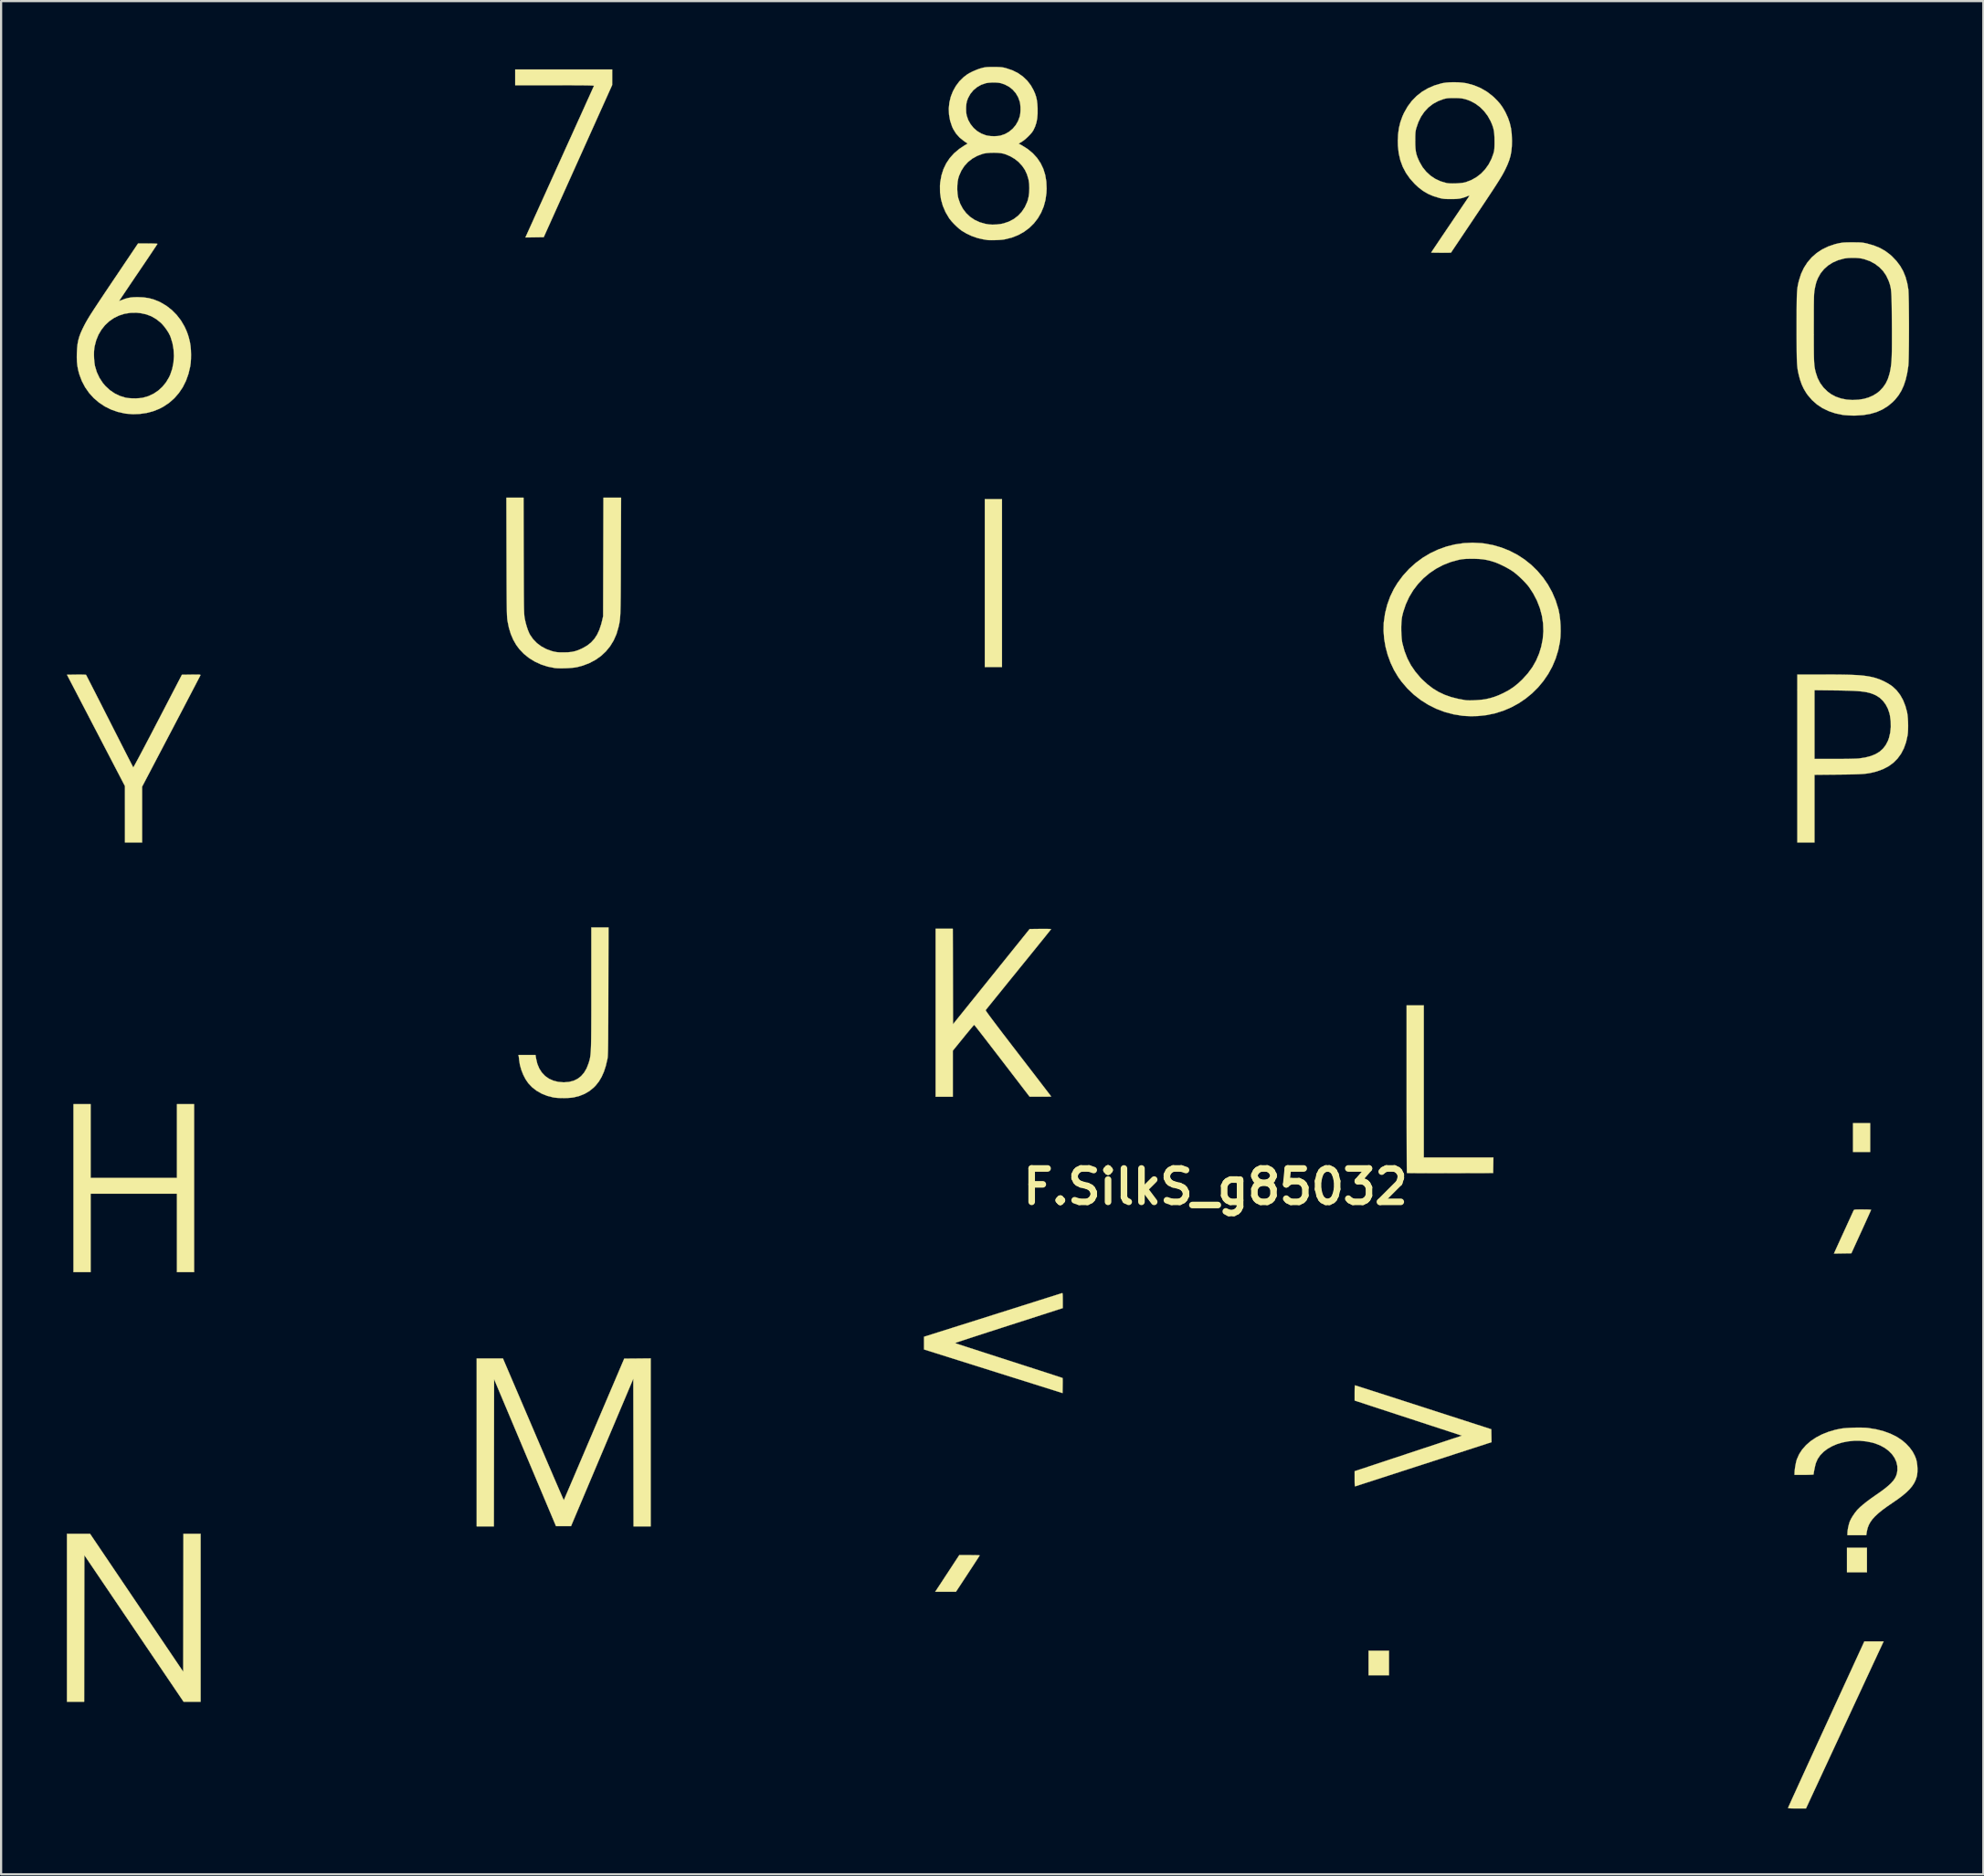
<source format=kicad_pcb>
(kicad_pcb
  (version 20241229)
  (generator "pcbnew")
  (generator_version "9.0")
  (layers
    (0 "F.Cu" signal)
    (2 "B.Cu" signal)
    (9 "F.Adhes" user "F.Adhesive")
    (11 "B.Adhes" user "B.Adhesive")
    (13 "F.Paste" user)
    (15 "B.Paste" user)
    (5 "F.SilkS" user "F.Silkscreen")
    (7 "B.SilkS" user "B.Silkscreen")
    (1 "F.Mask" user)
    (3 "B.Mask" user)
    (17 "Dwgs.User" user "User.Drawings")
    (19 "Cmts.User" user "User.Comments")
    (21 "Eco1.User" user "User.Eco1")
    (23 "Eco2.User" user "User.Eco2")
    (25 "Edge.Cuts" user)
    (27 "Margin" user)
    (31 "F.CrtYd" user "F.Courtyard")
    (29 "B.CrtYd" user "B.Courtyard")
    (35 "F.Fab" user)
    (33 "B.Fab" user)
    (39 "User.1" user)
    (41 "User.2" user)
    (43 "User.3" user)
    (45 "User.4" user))
  (footprint "F.SilkS_g85032"
    (layer "F.Cu")
    (at 52.392 51.089)
    (property "Reference" "F.SilkS_g85032" (at 0 0 0) (layer "F.SilkS") (effects (font (size 1.524 1.524) (thickness 0.3))))
    (attr through_hole)
    (fp_poly (pts (xy -9.737 -23.707) (xy -10.52 -23.707) (xy -10.52 -31.369) (xy -9.737 -31.369) (xy -9.737 -23.707)) (stroke (width 0.01) (type solid)) (fill yes) (layer "F.SilkS"))
    (fp_poly (pts (xy 7.916 22.288) (xy 6.985 22.288) (xy 6.985 21.167) (xy 7.916 21.167) (xy 7.916 22.288)) (stroke (width 0.01) (type solid)) (fill yes) (layer "F.SilkS"))
    (fp_poly (pts (xy 29.718 17.59) (xy 28.808 17.59) (xy 28.808 16.468) (xy 29.718 16.468) (xy 29.718 17.59)) (stroke (width 0.01) (type solid)) (fill yes) (layer "F.SilkS"))
    (fp_poly (pts (xy 29.866 -1.587) (xy 29.083 -1.587) (xy 29.083 -2.9) (xy 29.866 -2.9) (xy 29.866 -1.587)) (stroke (width 0.01) (type solid)) (fill yes) (layer "F.SilkS"))
    (fp_poly (pts (xy -51.308 -0.402) (xy -47.371 -0.402) (xy -47.371 -3.768) (xy -46.588 -3.768) (xy -46.588 3.895) (xy -47.371 3.895) (xy -47.371 0.318) (xy -51.308 0.318) (xy -51.308 3.895) (xy -52.091 3.895) (xy -52.091 -3.768) (xy -51.308 -3.768) (xy -51.308 -0.402)) (stroke (width 0.01) (type solid)) (fill yes) (layer "F.SilkS"))
    (fp_poly (pts (xy -49.21 18.978) (xy -47.085 22.124) (xy -47.075 15.833) (xy -46.291 15.833) (xy -46.291 23.495) (xy -47.068 23.495) (xy -49.331 20.152) (xy -51.594 16.808) (xy -51.599 20.152) (xy -51.604 23.495) (xy -52.388 23.495) (xy -52.388 15.833) (xy -51.334 15.833) (xy -49.21 18.978)) (stroke (width 0.01) (type solid)) (fill yes) (layer "F.SilkS"))
    (fp_poly (pts (xy -11.084 16.807) (xy -10.964 16.808) (xy -10.865 16.81) (xy -10.794 16.813) (xy -10.757 16.816) (xy -10.753 16.817) (xy -10.764 16.837) (xy -10.796 16.888) (xy -10.847 16.968) (xy -10.915 17.072) (xy -10.996 17.197) (xy -11.09 17.341) (xy -11.193 17.498) (xy -11.295 17.654) (xy -11.837 18.479) (xy -12.783 18.479) (xy -12.473 18.008) (xy -12.373 17.855) (xy -12.265 17.69) (xy -12.155 17.523) (xy -12.051 17.364) (xy -11.96 17.225) (xy -11.925 17.171) (xy -11.685 16.806) (xy -11.219 16.806) (xy -11.084 16.807)) (stroke (width 0.01) (type solid)) (fill yes) (layer "F.SilkS"))
    (fp_poly (pts (xy 9.504 -1.333) (xy 12.68 -1.333) (xy 12.674 -0.979) (xy 12.668 -0.624) (xy 10.709 -0.619) (xy 10.424 -0.618) (xy 10.152 -0.618) (xy 9.895 -0.618) (xy 9.656 -0.618) (xy 9.437 -0.619) (xy 9.243 -0.62) (xy 9.076 -0.621) (xy 8.939 -0.622) (xy 8.834 -0.624) (xy 8.766 -0.626) (xy 8.736 -0.627) (xy 8.735 -0.628) (xy 8.733 -0.65) (xy 8.732 -0.713) (xy 8.731 -0.813) (xy 8.729 -0.95) (xy 8.728 -1.12) (xy 8.727 -1.323) (xy 8.726 -1.554) (xy 8.725 -1.814) (xy 8.724 -2.098) (xy 8.723 -2.406) (xy 8.722 -2.735) (xy 8.722 -3.083) (xy 8.721 -3.448) (xy 8.721 -3.828) (xy 8.721 -4.22) (xy 8.721 -4.459) (xy 8.721 -8.276) (xy 9.504 -8.276) (xy 9.504 -1.333)) (stroke (width 0.01) (type solid)) (fill yes) (layer "F.SilkS"))
    (fp_poly (pts (xy 29.643 1.038) (xy 29.75 1.04) (xy 29.834 1.044) (xy 29.889 1.048) (xy 29.908 1.053) (xy 29.899 1.075) (xy 29.874 1.131) (xy 29.835 1.219) (xy 29.784 1.334) (xy 29.721 1.473) (xy 29.649 1.632) (xy 29.569 1.808) (xy 29.484 1.996) (xy 29.457 2.053) (xy 29.008 3.037) (xy 28.611 3.043) (xy 28.214 3.049) (xy 28.244 2.98) (xy 28.257 2.95) (xy 28.286 2.887) (xy 28.328 2.795) (xy 28.381 2.678) (xy 28.443 2.542) (xy 28.512 2.39) (xy 28.586 2.229) (xy 28.663 2.061) (xy 28.74 1.893) (xy 28.815 1.729) (xy 28.886 1.572) (xy 28.952 1.43) (xy 29.009 1.305) (xy 29.056 1.202) (xy 29.09 1.127) (xy 29.11 1.085) (xy 29.119 1.068) (xy 29.133 1.056) (xy 29.156 1.047) (xy 29.197 1.042) (xy 29.259 1.039) (xy 29.35 1.037) (xy 29.476 1.037) (xy 29.52 1.037) (xy 29.643 1.038)) (stroke (width 0.01) (type solid)) (fill yes) (layer "F.SilkS"))
    (fp_poly (pts (xy 30.452 20.802) (xy 30.44 20.826) (xy 30.411 20.888) (xy 30.367 20.984) (xy 30.307 21.112) (xy 30.232 21.272) (xy 30.145 21.461) (xy 30.044 21.676) (xy 29.932 21.917) (xy 29.809 22.182) (xy 29.676 22.468) (xy 29.534 22.773) (xy 29.384 23.097) (xy 29.226 23.436) (xy 29.062 23.789) (xy 28.893 24.154) (xy 28.718 24.53) (xy 28.68 24.612) (xy 26.938 28.363) (xy 26.529 28.363) (xy 26.376 28.363) (xy 26.262 28.36) (xy 26.183 28.356) (xy 26.137 28.349) (xy 26.12 28.34) (xy 26.12 28.339) (xy 26.128 28.317) (xy 26.154 28.259) (xy 26.196 28.166) (xy 26.252 28.041) (xy 26.323 27.884) (xy 26.408 27.698) (xy 26.505 27.485) (xy 26.614 27.246) (xy 26.734 26.984) (xy 26.864 26.699) (xy 27.003 26.395) (xy 27.151 26.073) (xy 27.306 25.734) (xy 27.468 25.381) (xy 27.636 25.016) (xy 27.809 24.64) (xy 27.86 24.529) (xy 29.6 20.743) (xy 30.481 20.743) (xy 30.452 20.802)) (stroke (width 0.01) (type solid)) (fill yes) (layer "F.SilkS"))
    (fp_poly (pts (xy -25.76 15.494) (xy -26.543 15.494) (xy -26.548 12.127) (xy -26.554 8.759) (xy -29.394 15.483) (xy -30.081 15.483) (xy -32.904 8.78) (xy -32.909 12.137) (xy -32.914 15.494) (xy -33.697 15.494) (xy -33.697 7.832) (xy -32.501 7.832) (xy -31.116 11.07) (xy -30.966 11.422) (xy -30.82 11.763) (xy -30.679 12.091) (xy -30.545 12.405) (xy -30.418 12.701) (xy -30.298 12.979) (xy -30.188 13.236) (xy -30.087 13.47) (xy -29.996 13.68) (xy -29.918 13.862) (xy -29.851 14.016) (xy -29.797 14.139) (xy -29.758 14.228) (xy -29.733 14.283) (xy -29.725 14.301) (xy -29.716 14.281) (xy -29.691 14.224) (xy -29.651 14.133) (xy -29.598 14.008) (xy -29.531 13.852) (xy -29.452 13.668) (xy -29.362 13.457) (xy -29.261 13.222) (xy -29.151 12.963) (xy -29.032 12.684) (xy -28.905 12.386) (xy -28.771 12.072) (xy -28.631 11.743) (xy -28.485 11.402) (xy -28.343 11.068) (xy -26.968 7.842) (xy -26.364 7.837) (xy -25.76 7.831) (xy -25.76 15.494)) (stroke (width 0.01) (type solid)) (fill yes) (layer "F.SilkS"))
    (fp_poly (pts (xy -27.517 -50.615) (xy -27.518 -50.26) (xy -30.64 -43.318) (xy -31.057 -43.312) (xy -31.474 -43.306) (xy -31.435 -43.397) (xy -31.422 -43.425) (xy -31.393 -43.49) (xy -31.348 -43.59) (xy -31.288 -43.722) (xy -31.214 -43.885) (xy -31.128 -44.076) (xy -31.03 -44.294) (xy -30.92 -44.536) (xy -30.801 -44.8) (xy -30.672 -45.084) (xy -30.535 -45.387) (xy -30.391 -45.706) (xy -30.24 -46.04) (xy -30.084 -46.385) (xy -29.923 -46.741) (xy -29.877 -46.842) (xy -29.716 -47.199) (xy -29.559 -47.546) (xy -29.407 -47.88) (xy -29.262 -48.201) (xy -29.125 -48.505) (xy -28.995 -48.791) (xy -28.875 -49.056) (xy -28.765 -49.3) (xy -28.666 -49.52) (xy -28.578 -49.713) (xy -28.503 -49.879) (xy -28.442 -50.014) (xy -28.396 -50.118) (xy -28.364 -50.187) (xy -28.349 -50.22) (xy -28.348 -50.223) (xy -28.354 -50.228) (xy -28.377 -50.232) (xy -28.419 -50.236) (xy -28.483 -50.239) (xy -28.571 -50.242) (xy -28.684 -50.244) (xy -28.826 -50.246) (xy -28.999 -50.247) (xy -29.204 -50.248) (xy -29.444 -50.249) (xy -29.722 -50.249) (xy -30.039 -50.25) (xy -30.139 -50.25) (xy -31.941 -50.25) (xy -31.941 -50.969) (xy -27.517 -50.969) (xy -27.517 -50.615)) (stroke (width 0.01) (type solid)) (fill yes) (layer "F.SilkS"))
    (fp_poly (pts (xy 6.387 9.066) (xy 6.447 9.085) (xy 6.543 9.115) (xy 6.672 9.157) (xy 6.833 9.208) (xy 7.023 9.269) (xy 7.24 9.339) (xy 7.483 9.417) (xy 7.748 9.502) (xy 8.033 9.594) (xy 8.337 9.692) (xy 8.658 9.796) (xy 8.992 9.904) (xy 9.338 10.015) (xy 9.483 10.062) (xy 12.584 11.064) (xy 12.589 11.359) (xy 12.595 11.653) (xy 9.499 12.657) (xy 9.149 12.77) (xy 8.809 12.88) (xy 8.483 12.986) (xy 8.172 13.087) (xy 7.878 13.182) (xy 7.604 13.271) (xy 7.352 13.353) (xy 7.123 13.427) (xy 6.921 13.492) (xy 6.747 13.548) (xy 6.604 13.595) (xy 6.494 13.631) (xy 6.419 13.655) (xy 6.381 13.668) (xy 6.376 13.669) (xy 6.366 13.663) (xy 6.359 13.634) (xy 6.354 13.578) (xy 6.351 13.49) (xy 6.35 13.364) (xy 6.35 13.327) (xy 6.35 12.977) (xy 8.796 12.166) (xy 11.242 11.356) (xy 9.701 10.852) (xy 9.425 10.761) (xy 9.139 10.668) (xy 8.848 10.572) (xy 8.557 10.477) (xy 8.275 10.385) (xy 8.005 10.296) (xy 7.754 10.214) (xy 7.529 10.141) (xy 7.335 10.077) (xy 7.255 10.051) (xy 6.35 9.754) (xy 6.35 9.407) (xy 6.351 9.291) (xy 6.353 9.191) (xy 6.357 9.115) (xy 6.362 9.07) (xy 6.366 9.06) (xy 6.387 9.066)) (stroke (width 0.01) (type solid)) (fill yes) (layer "F.SilkS"))
    (fp_poly (pts (xy -46.387 -23.364) (xy -46.338 -23.361) (xy -46.31 -23.356) (xy -46.299 -23.347) (xy -46.299 -23.336) (xy -46.301 -23.331) (xy -46.312 -23.308) (xy -46.342 -23.25) (xy -46.389 -23.159) (xy -46.453 -23.037) (xy -46.531 -22.886) (xy -46.624 -22.709) (xy -46.729 -22.507) (xy -46.846 -22.283) (xy -46.973 -22.04) (xy -47.109 -21.779) (xy -47.254 -21.502) (xy -47.406 -21.213) (xy -47.563 -20.912) (xy -47.637 -20.772) (xy -48.959 -18.251) (xy -48.959 -15.706) (xy -49.742 -15.706) (xy -49.742 -16.992) (xy -49.743 -18.277) (xy -52.387 -23.357) (xy -51.96 -23.363) (xy -51.83 -23.364) (xy -51.714 -23.363) (xy -51.619 -23.361) (xy -51.552 -23.358) (xy -51.52 -23.354) (xy -51.518 -23.353) (xy -51.506 -23.332) (xy -51.477 -23.276) (xy -51.431 -23.187) (xy -51.37 -23.067) (xy -51.294 -22.92) (xy -51.206 -22.747) (xy -51.105 -22.55) (xy -50.995 -22.333) (xy -50.875 -22.098) (xy -50.747 -21.846) (xy -50.613 -21.581) (xy -50.472 -21.305) (xy -50.44 -21.241) (xy -50.299 -20.962) (xy -50.163 -20.695) (xy -50.033 -20.44) (xy -49.912 -20.201) (xy -49.799 -19.979) (xy -49.696 -19.778) (xy -49.605 -19.599) (xy -49.526 -19.446) (xy -49.462 -19.32) (xy -49.412 -19.224) (xy -49.379 -19.16) (xy -49.364 -19.131) (xy -49.363 -19.129) (xy -49.351 -19.146) (xy -49.322 -19.197) (xy -49.275 -19.282) (xy -49.213 -19.397) (xy -49.136 -19.54) (xy -49.046 -19.709) (xy -48.944 -19.902) (xy -48.831 -20.116) (xy -48.709 -20.348) (xy -48.578 -20.597) (xy -48.441 -20.861) (xy -48.298 -21.136) (xy -48.246 -21.235) (xy -47.144 -23.357) (xy -46.715 -23.363) (xy -46.57 -23.365) (xy -46.463 -23.365) (xy -46.387 -23.364)) (stroke (width 0.01) (type solid)) (fill yes) (layer "F.SilkS"))
    (fp_poly (pts (xy -6.98 4.858) (xy -6.973 4.887) (xy -6.968 4.943) (xy -6.965 5.032) (xy -6.964 5.158) (xy -6.964 5.19) (xy -6.964 5.537) (xy -9.428 6.33) (xy -9.739 6.43) (xy -10.039 6.527) (xy -10.325 6.619) (xy -10.594 6.707) (xy -10.845 6.788) (xy -11.075 6.863) (xy -11.28 6.93) (xy -11.46 6.989) (xy -11.611 7.039) (xy -11.731 7.079) (xy -11.818 7.109) (xy -11.869 7.127) (xy -11.882 7.132) (xy -11.861 7.14) (xy -11.803 7.159) (xy -11.708 7.191) (xy -11.581 7.232) (xy -11.424 7.284) (xy -11.238 7.344) (xy -11.027 7.412) (xy -10.793 7.488) (xy -10.538 7.571) (xy -10.265 7.659) (xy -9.977 7.752) (xy -9.675 7.849) (xy -9.428 7.929) (xy -9.117 8.029) (xy -8.818 8.126) (xy -8.532 8.218) (xy -8.263 8.305) (xy -8.012 8.386) (xy -7.782 8.46) (xy -7.576 8.527) (xy -7.396 8.586) (xy -7.245 8.635) (xy -7.124 8.675) (xy -7.037 8.704) (xy -6.986 8.721) (xy -6.973 8.726) (xy -6.97 8.749) (xy -6.968 8.808) (xy -6.967 8.894) (xy -6.968 9) (xy -6.969 9.075) (xy -6.974 9.414) (xy -8.879 8.813) (xy -9.19 8.716) (xy -9.516 8.613) (xy -9.85 8.508) (xy -10.188 8.401) (xy -10.522 8.296) (xy -10.849 8.193) (xy -11.16 8.095) (xy -11.452 8.003) (xy -11.717 7.92) (xy -11.95 7.846) (xy -12.039 7.818) (xy -13.293 7.423) (xy -13.293 6.844) (xy -10.155 5.853) (xy -9.802 5.741) (xy -9.459 5.633) (xy -9.13 5.529) (xy -8.816 5.429) (xy -8.52 5.336) (xy -8.243 5.248) (xy -7.988 5.167) (xy -7.757 5.094) (xy -7.552 5.029) (xy -7.375 4.974) (xy -7.229 4.927) (xy -7.116 4.892) (xy -7.037 4.867) (xy -6.996 4.854) (xy -6.99 4.852) (xy -6.98 4.858)) (stroke (width 0.01) (type solid)) (fill yes) (layer "F.SilkS"))
    (fp_poly (pts (xy -27.692 -8.916) (xy -27.693 -8.503) (xy -27.694 -8.13) (xy -27.695 -7.795) (xy -27.696 -7.496) (xy -27.698 -7.23) (xy -27.699 -6.995) (xy -27.7 -6.79) (xy -27.702 -6.611) (xy -27.704 -6.458) (xy -27.706 -6.327) (xy -27.708 -6.216) (xy -27.711 -6.124) (xy -27.714 -6.047) (xy -27.717 -5.985) (xy -27.72 -5.934) (xy -27.725 -5.892) (xy -27.729 -5.858) (xy -27.734 -5.829) (xy -27.736 -5.821) (xy -27.807 -5.516) (xy -27.894 -5.248) (xy -27.998 -5.013) (xy -28.12 -4.806) (xy -28.262 -4.625) (xy -28.36 -4.525) (xy -28.557 -4.364) (xy -28.774 -4.237) (xy -29.013 -4.141) (xy -29.272 -4.076) (xy -29.392 -4.06) (xy -29.54 -4.05) (xy -29.704 -4.045) (xy -29.871 -4.047) (xy -30.027 -4.054) (xy -30.16 -4.068) (xy -30.198 -4.074) (xy -30.472 -4.143) (xy -30.728 -4.244) (xy -30.962 -4.377) (xy -31.17 -4.538) (xy -31.346 -4.724) (xy -31.347 -4.726) (xy -31.467 -4.901) (xy -31.573 -5.106) (xy -31.661 -5.328) (xy -31.725 -5.554) (xy -31.76 -5.772) (xy -31.768 -5.853) (xy -31.777 -5.923) (xy -31.783 -5.964) (xy -31.793 -6.011) (xy -31.015 -6.011) (xy -30.989 -5.85) (xy -30.932 -5.608) (xy -30.843 -5.393) (xy -30.724 -5.208) (xy -30.577 -5.053) (xy -30.403 -4.93) (xy -30.204 -4.84) (xy -29.981 -4.784) (xy -29.735 -4.763) (xy -29.718 -4.763) (xy -29.488 -4.781) (xy -29.28 -4.834) (xy -29.096 -4.923) (xy -28.936 -5.046) (xy -28.798 -5.206) (xy -28.684 -5.4) (xy -28.596 -5.624) (xy -28.579 -5.679) (xy -28.563 -5.731) (xy -28.549 -5.782) (xy -28.536 -5.835) (xy -28.525 -5.892) (xy -28.515 -5.955) (xy -28.506 -6.027) (xy -28.499 -6.109) (xy -28.492 -6.205) (xy -28.487 -6.316) (xy -28.482 -6.445) (xy -28.479 -6.594) (xy -28.476 -6.766) (xy -28.474 -6.962) (xy -28.472 -7.185) (xy -28.471 -7.437) (xy -28.47 -7.721) (xy -28.469 -8.039) (xy -28.469 -8.393) (xy -28.469 -8.786) (xy -28.469 -9.071) (xy -28.469 -11.832) (xy -27.685 -11.832) (xy -27.692 -8.916)) (stroke (width 0.01) (type solid)) (fill yes) (layer "F.SilkS"))
    (fp_poly (pts (xy -11.975 -9.591) (xy -11.97 -7.414) (xy -8.474 -11.758) (xy -7.982 -11.764) (xy -7.828 -11.765) (xy -7.699 -11.764) (xy -7.598 -11.762) (xy -7.53 -11.758) (xy -7.498 -11.752) (xy -7.496 -11.75) (xy -7.51 -11.731) (xy -7.549 -11.682) (xy -7.612 -11.604) (xy -7.696 -11.499) (xy -7.799 -11.37) (xy -7.921 -11.219) (xy -8.06 -11.048) (xy -8.213 -10.858) (xy -8.379 -10.653) (xy -8.556 -10.434) (xy -8.744 -10.203) (xy -8.939 -9.963) (xy -8.985 -9.905) (xy -9.182 -9.663) (xy -9.372 -9.429) (xy -9.552 -9.207) (xy -9.721 -8.997) (xy -9.878 -8.803) (xy -10.021 -8.627) (xy -10.148 -8.47) (xy -10.257 -8.335) (xy -10.346 -8.224) (xy -10.415 -8.139) (xy -10.461 -8.082) (xy -10.482 -8.055) (xy -10.483 -8.053) (xy -10.472 -8.032) (xy -10.436 -7.978) (xy -10.375 -7.891) (xy -10.289 -7.773) (xy -10.178 -7.624) (xy -10.042 -7.444) (xy -9.883 -7.234) (xy -9.701 -6.994) (xy -9.495 -6.726) (xy -9.267 -6.428) (xy -9.016 -6.102) (xy -8.996 -6.076) (xy -8.801 -5.823) (xy -8.614 -5.58) (xy -8.435 -5.348) (xy -8.267 -5.129) (xy -8.111 -4.926) (xy -7.969 -4.741) (xy -7.843 -4.576) (xy -7.733 -4.433) (xy -7.642 -4.314) (xy -7.571 -4.221) (xy -7.522 -4.156) (xy -7.497 -4.121) (xy -7.493 -4.116) (xy -7.513 -4.113) (xy -7.57 -4.111) (xy -7.657 -4.109) (xy -7.769 -4.108) (xy -7.9 -4.107) (xy -7.985 -4.108) (xy -8.477 -4.109) (xy -9.734 -5.748) (xy -9.912 -5.98) (xy -10.083 -6.201) (xy -10.244 -6.411) (xy -10.395 -6.607) (xy -10.533 -6.786) (xy -10.657 -6.946) (xy -10.765 -7.085) (xy -10.855 -7.2) (xy -10.926 -7.29) (xy -10.975 -7.352) (xy -11.001 -7.383) (xy -11.005 -7.387) (xy -11.021 -7.371) (xy -11.061 -7.326) (xy -11.121 -7.256) (xy -11.198 -7.163) (xy -11.29 -7.052) (xy -11.393 -6.927) (xy -11.499 -6.796) (xy -11.98 -6.205) (xy -11.98 -4.106) (xy -12.764 -4.106) (xy -12.764 -11.769) (xy -11.981 -11.769) (xy -11.975 -9.591)) (stroke (width 0.01) (type solid)) (fill yes) (layer "F.SilkS"))
    (fp_poly (pts (xy 27.723 -23.368) (xy 28.064 -23.367) (xy 28.366 -23.365) (xy 28.633 -23.362) (xy 28.869 -23.357) (xy 29.076 -23.35) (xy 29.259 -23.341) (xy 29.421 -23.329) (xy 29.566 -23.315) (xy 29.697 -23.298) (xy 29.818 -23.278) (xy 29.932 -23.255) (xy 30.044 -23.228) (xy 30.12 -23.207) (xy 30.292 -23.148) (xy 30.474 -23.069) (xy 30.651 -22.976) (xy 30.81 -22.877) (xy 30.888 -22.82) (xy 31.072 -22.647) (xy 31.231 -22.441) (xy 31.365 -22.203) (xy 31.472 -21.934) (xy 31.549 -21.654) (xy 31.569 -21.528) (xy 31.584 -21.373) (xy 31.594 -21.201) (xy 31.597 -21.022) (xy 31.594 -20.85) (xy 31.585 -20.696) (xy 31.572 -20.592) (xy 31.504 -20.284) (xy 31.405 -20.005) (xy 31.276 -19.755) (xy 31.116 -19.535) (xy 30.926 -19.344) (xy 30.706 -19.183) (xy 30.455 -19.052) (xy 30.175 -18.95) (xy 30.111 -18.932) (xy 30.013 -18.907) (xy 29.92 -18.886) (xy 29.827 -18.867) (xy 29.731 -18.852) (xy 29.627 -18.84) (xy 29.51 -18.83) (xy 29.376 -18.822) (xy 29.22 -18.816) (xy 29.039 -18.811) (xy 28.826 -18.807) (xy 28.579 -18.804) (xy 28.39 -18.802) (xy 27.326 -18.792) (xy 27.326 -15.706) (xy 26.543 -15.706) (xy 26.543 -19.516) (xy 27.326 -19.516) (xy 28.237 -19.516) (xy 28.439 -19.516) (xy 28.635 -19.518) (xy 28.819 -19.52) (xy 28.987 -19.523) (xy 29.132 -19.527) (xy 29.248 -19.531) (xy 29.33 -19.536) (xy 29.354 -19.538) (xy 29.64 -19.582) (xy 29.891 -19.647) (xy 30.109 -19.735) (xy 30.294 -19.847) (xy 30.449 -19.985) (xy 30.575 -20.148) (xy 30.675 -20.339) (xy 30.724 -20.474) (xy 30.78 -20.712) (xy 30.807 -20.969) (xy 30.803 -21.233) (xy 30.769 -21.491) (xy 30.745 -21.601) (xy 30.673 -21.811) (xy 30.572 -22.003) (xy 30.445 -22.171) (xy 30.297 -22.31) (xy 30.132 -22.415) (xy 30.117 -22.422) (xy 30.021 -22.465) (xy 29.924 -22.502) (xy 29.821 -22.533) (xy 29.709 -22.559) (xy 29.584 -22.581) (xy 29.442 -22.598) (xy 29.278 -22.612) (xy 29.089 -22.623) (xy 28.87 -22.631) (xy 28.618 -22.637) (xy 28.328 -22.642) (xy 28.273 -22.642) (xy 27.326 -22.653) (xy 27.326 -19.516) (xy 26.543 -19.516) (xy 26.543 -23.368) (xy 27.723 -23.368)) (stroke (width 0.01) (type solid)) (fill yes) (layer "F.SilkS"))
    (fp_poly (pts (xy -31.554 -28.781) (xy -31.552 -28.391) (xy -31.551 -28.041) (xy -31.55 -27.729) (xy -31.549 -27.451) (xy -31.548 -27.207) (xy -31.547 -26.993) (xy -31.545 -26.807) (xy -31.544 -26.646) (xy -31.542 -26.509) (xy -31.54 -26.393) (xy -31.537 -26.295) (xy -31.534 -26.214) (xy -31.531 -26.146) (xy -31.527 -26.09) (xy -31.523 -26.042) (xy -31.518 -26.002) (xy -31.513 -25.965) (xy -31.507 -25.93) (xy -31.501 -25.897) (xy -31.464 -25.73) (xy -31.417 -25.563) (xy -31.365 -25.406) (xy -31.31 -25.272) (xy -31.268 -25.188) (xy -31.127 -24.983) (xy -30.952 -24.802) (xy -30.749 -24.65) (xy -30.519 -24.527) (xy -30.267 -24.436) (xy -30.215 -24.422) (xy -30.125 -24.402) (xy -30.039 -24.388) (xy -29.947 -24.38) (xy -29.835 -24.377) (xy -29.718 -24.377) (xy -29.529 -24.382) (xy -29.367 -24.399) (xy -29.222 -24.429) (xy -29.077 -24.476) (xy -28.922 -24.543) (xy -28.86 -24.573) (xy -28.657 -24.69) (xy -28.482 -24.828) (xy -28.333 -24.991) (xy -28.208 -25.181) (xy -28.104 -25.403) (xy -28.019 -25.659) (xy -27.978 -25.818) (xy -27.931 -26.024) (xy -27.924 -28.728) (xy -27.917 -31.433) (xy -27.111 -31.433) (xy -27.12 -28.781) (xy -27.122 -28.378) (xy -27.123 -28.015) (xy -27.124 -27.69) (xy -27.126 -27.399) (xy -27.127 -27.141) (xy -27.129 -26.913) (xy -27.132 -26.712) (xy -27.134 -26.537) (xy -27.138 -26.385) (xy -27.142 -26.253) (xy -27.146 -26.138) (xy -27.152 -26.04) (xy -27.158 -25.954) (xy -27.165 -25.878) (xy -27.173 -25.811) (xy -27.183 -25.749) (xy -27.193 -25.691) (xy -27.205 -25.633) (xy -27.219 -25.574) (xy -27.232 -25.517) (xy -27.324 -25.206) (xy -27.451 -24.92) (xy -27.611 -24.658) (xy -27.803 -24.423) (xy -28.025 -24.215) (xy -28.277 -24.037) (xy -28.556 -23.889) (xy -28.861 -23.772) (xy -29.115 -23.705) (xy -29.225 -23.686) (xy -29.366 -23.671) (xy -29.526 -23.659) (xy -29.693 -23.652) (xy -29.856 -23.65) (xy -30.002 -23.653) (xy -30.121 -23.662) (xy -30.14 -23.665) (xy -30.459 -23.728) (xy -30.763 -23.826) (xy -31.047 -23.957) (xy -31.308 -24.118) (xy -31.544 -24.307) (xy -31.749 -24.522) (xy -31.893 -24.715) (xy -32.031 -24.956) (xy -32.142 -25.216) (xy -32.229 -25.501) (xy -32.293 -25.817) (xy -32.298 -25.854) (xy -32.303 -25.894) (xy -32.307 -25.941) (xy -32.311 -25.997) (xy -32.315 -26.063) (xy -32.318 -26.143) (xy -32.321 -26.238) (xy -32.323 -26.351) (xy -32.325 -26.485) (xy -32.327 -26.641) (xy -32.329 -26.822) (xy -32.33 -27.03) (xy -32.332 -27.269) (xy -32.333 -27.539) (xy -32.334 -27.843) (xy -32.335 -28.184) (xy -32.336 -28.564) (xy -32.337 -28.739) (xy -32.344 -31.433) (xy -31.561 -31.433) (xy -31.554 -28.781)) (stroke (width 0.01) (type solid)) (fill yes) (layer "F.SilkS"))
    (fp_poly (pts (xy 29.497 10.99) (xy 29.651 10.995) (xy 29.774 11.005) (xy 29.776 11.006) (xy 30.144 11.066) (xy 30.484 11.154) (xy 30.796 11.268) (xy 31.077 11.407) (xy 31.326 11.572) (xy 31.503 11.724) (xy 31.67 11.902) (xy 31.802 12.083) (xy 31.904 12.276) (xy 31.962 12.425) (xy 31.992 12.547) (xy 32.013 12.694) (xy 32.023 12.853) (xy 32.021 13.008) (xy 32.008 13.146) (xy 31.996 13.208) (xy 31.947 13.362) (xy 31.878 13.509) (xy 31.786 13.652) (xy 31.669 13.794) (xy 31.523 13.939) (xy 31.346 14.089) (xy 31.135 14.248) (xy 30.893 14.415) (xy 30.642 14.587) (xy 30.427 14.744) (xy 30.246 14.891) (xy 30.095 15.03) (xy 29.973 15.163) (xy 29.877 15.295) (xy 29.805 15.428) (xy 29.752 15.564) (xy 29.718 15.707) (xy 29.713 15.733) (xy 29.687 15.896) (xy 28.829 15.896) (xy 28.829 15.803) (xy 28.836 15.698) (xy 28.856 15.57) (xy 28.886 15.437) (xy 28.921 15.315) (xy 28.934 15.278) (xy 28.988 15.161) (xy 29.066 15.028) (xy 29.159 14.892) (xy 29.259 14.765) (xy 29.294 14.726) (xy 29.404 14.617) (xy 29.55 14.491) (xy 29.727 14.35) (xy 29.934 14.198) (xy 30.135 14.058) (xy 30.358 13.902) (xy 30.547 13.761) (xy 30.702 13.632) (xy 30.828 13.513) (xy 30.927 13.4) (xy 31.002 13.289) (xy 31.055 13.178) (xy 31.089 13.064) (xy 31.107 12.942) (xy 31.108 12.933) (xy 31.104 12.737) (xy 31.059 12.548) (xy 30.978 12.369) (xy 30.861 12.202) (xy 30.712 12.05) (xy 30.533 11.916) (xy 30.326 11.802) (xy 30.093 11.711) (xy 29.962 11.673) (xy 29.682 11.617) (xy 29.402 11.59) (xy 29.125 11.59) (xy 28.855 11.617) (xy 28.596 11.668) (xy 28.351 11.742) (xy 28.125 11.839) (xy 27.92 11.956) (xy 27.74 12.093) (xy 27.589 12.248) (xy 27.471 12.419) (xy 27.392 12.599) (xy 27.373 12.666) (xy 27.351 12.755) (xy 27.329 12.856) (xy 27.309 12.956) (xy 27.294 13.044) (xy 27.285 13.108) (xy 27.284 13.126) (xy 27.264 13.132) (xy 27.208 13.136) (xy 27.122 13.14) (xy 27.012 13.143) (xy 26.885 13.144) (xy 26.85 13.145) (xy 26.416 13.145) (xy 26.416 13.055) (xy 26.422 12.958) (xy 26.436 12.836) (xy 26.458 12.704) (xy 26.483 12.577) (xy 26.51 12.472) (xy 26.52 12.44) (xy 26.622 12.208) (xy 26.763 11.991) (xy 26.939 11.79) (xy 27.148 11.607) (xy 27.389 11.444) (xy 27.658 11.302) (xy 27.953 11.184) (xy 28.273 11.089) (xy 28.512 11.039) (xy 28.631 11.022) (xy 28.782 11.008) (xy 28.955 10.998) (xy 29.138 10.991) (xy 29.323 10.988) (xy 29.497 10.99)) (stroke (width 0.01) (type solid)) (fill yes) (layer "F.SilkS"))
    (fp_poly (pts (xy 12.14 -29.36) (xy 12.249 -29.347) (xy 12.653 -29.274) (xy 13.042 -29.162) (xy 13.414 -29.014) (xy 13.767 -28.832) (xy 14.098 -28.617) (xy 14.406 -28.371) (xy 14.688 -28.096) (xy 14.943 -27.795) (xy 15.168 -27.469) (xy 15.36 -27.12) (xy 15.519 -26.749) (xy 15.641 -26.36) (xy 15.651 -26.321) (xy 15.694 -26.105) (xy 15.725 -25.861) (xy 15.743 -25.602) (xy 15.748 -25.342) (xy 15.739 -25.093) (xy 15.716 -24.868) (xy 15.716 -24.865) (xy 15.636 -24.472) (xy 15.519 -24.094) (xy 15.367 -23.734) (xy 15.181 -23.394) (xy 14.963 -23.075) (xy 14.717 -22.779) (xy 14.444 -22.509) (xy 14.146 -22.265) (xy 13.826 -22.05) (xy 13.486 -21.866) (xy 13.128 -21.714) (xy 12.754 -21.597) (xy 12.366 -21.515) (xy 11.967 -21.472) (xy 11.69 -21.466) (xy 11.569 -21.468) (xy 11.445 -21.473) (xy 11.334 -21.48) (xy 11.261 -21.486) (xy 10.853 -21.553) (xy 10.457 -21.659) (xy 10.077 -21.803) (xy 9.715 -21.983) (xy 9.373 -22.198) (xy 9.054 -22.446) (xy 8.76 -22.726) (xy 8.494 -23.036) (xy 8.331 -23.262) (xy 8.144 -23.575) (xy 7.986 -23.912) (xy 7.857 -24.265) (xy 7.76 -24.629) (xy 7.697 -24.995) (xy 7.669 -25.359) (xy 7.673 -25.547) (xy 8.476 -25.547) (xy 8.477 -25.36) (xy 8.484 -25.174) (xy 8.497 -25.003) (xy 8.516 -24.855) (xy 8.527 -24.8) (xy 8.624 -24.44) (xy 8.754 -24.105) (xy 8.917 -23.793) (xy 9.117 -23.5) (xy 9.354 -23.221) (xy 9.429 -23.144) (xy 9.669 -22.923) (xy 9.916 -22.734) (xy 10.176 -22.575) (xy 10.454 -22.444) (xy 10.755 -22.338) (xy 11.085 -22.255) (xy 11.419 -22.195) (xy 11.501 -22.189) (xy 11.614 -22.187) (xy 11.748 -22.19) (xy 11.893 -22.197) (xy 12.038 -22.208) (xy 12.172 -22.221) (xy 12.286 -22.236) (xy 12.332 -22.244) (xy 12.542 -22.293) (xy 12.735 -22.352) (xy 12.928 -22.426) (xy 13.134 -22.521) (xy 13.376 -22.65) (xy 13.596 -22.794) (xy 13.806 -22.962) (xy 14.002 -23.146) (xy 14.249 -23.419) (xy 14.458 -23.704) (xy 14.629 -24.005) (xy 14.766 -24.327) (xy 14.859 -24.629) (xy 14.93 -24.984) (xy 14.959 -25.34) (xy 14.946 -25.696) (xy 14.893 -26.049) (xy 14.799 -26.398) (xy 14.666 -26.739) (xy 14.493 -27.07) (xy 14.309 -27.352) (xy 14.227 -27.455) (xy 14.119 -27.575) (xy 13.996 -27.701) (xy 13.865 -27.826) (xy 13.736 -27.94) (xy 13.617 -28.036) (xy 13.578 -28.064) (xy 13.443 -28.152) (xy 13.282 -28.244) (xy 13.109 -28.333) (xy 12.938 -28.414) (xy 12.781 -28.478) (xy 12.721 -28.499) (xy 12.541 -28.554) (xy 12.374 -28.594) (xy 12.209 -28.622) (xy 12.034 -28.639) (xy 11.835 -28.646) (xy 11.716 -28.647) (xy 11.559 -28.646) (xy 11.435 -28.643) (xy 11.333 -28.636) (xy 11.245 -28.627) (xy 11.159 -28.612) (xy 11.098 -28.6) (xy 10.734 -28.501) (xy 10.389 -28.365) (xy 10.066 -28.195) (xy 9.765 -27.992) (xy 9.489 -27.759) (xy 9.241 -27.498) (xy 9.022 -27.211) (xy 8.835 -26.9) (xy 8.682 -26.567) (xy 8.564 -26.214) (xy 8.515 -26.014) (xy 8.496 -25.885) (xy 8.483 -25.726) (xy 8.476 -25.547) (xy 7.673 -25.547) (xy 7.677 -25.714) (xy 7.68 -25.751) (xy 7.738 -26.157) (xy 7.835 -26.547) (xy 7.97 -26.921) (xy 8.143 -27.278) (xy 8.308 -27.548) (xy 8.556 -27.881) (xy 8.832 -28.184) (xy 9.133 -28.456) (xy 9.456 -28.695) (xy 9.8 -28.901) (xy 10.162 -29.071) (xy 10.538 -29.206) (xy 10.927 -29.303) (xy 11.325 -29.362) (xy 11.73 -29.381) (xy 12.14 -29.36)) (stroke (width 0.01) (type solid)) (fill yes) (layer "F.SilkS"))
    (fp_poly (pts (xy -48.571 -43.031) (xy -48.455 -43.029) (xy -48.36 -43.026) (xy -48.294 -43.021) (xy -48.262 -43.016) (xy -48.26 -43.015) (xy -48.272 -42.995) (xy -48.305 -42.943) (xy -48.359 -42.861) (xy -48.431 -42.753) (xy -48.519 -42.621) (xy -48.622 -42.468) (xy -48.737 -42.296) (xy -48.863 -42.109) (xy -48.999 -41.909) (xy -49.135 -41.708) (xy -49.277 -41.499) (xy -49.411 -41.3) (xy -49.537 -41.114) (xy -49.651 -40.944) (xy -49.753 -40.793) (xy -49.84 -40.663) (xy -49.911 -40.557) (xy -49.963 -40.478) (xy -49.995 -40.428) (xy -50.005 -40.411) (xy -49.985 -40.415) (xy -49.936 -40.432) (xy -49.873 -40.457) (xy -49.731 -40.51) (xy -49.601 -40.546) (xy -49.469 -40.569) (xy -49.321 -40.581) (xy -49.16 -40.584) (xy -48.9 -40.573) (xy -48.666 -40.54) (xy -48.444 -40.482) (xy -48.224 -40.396) (xy -48.112 -40.343) (xy -47.847 -40.186) (xy -47.603 -39.995) (xy -47.383 -39.773) (xy -47.19 -39.524) (xy -47.03 -39.252) (xy -47.011 -39.213) (xy -46.936 -39.049) (xy -46.878 -38.898) (xy -46.83 -38.743) (xy -46.787 -38.568) (xy -46.775 -38.513) (xy -46.75 -38.354) (xy -46.734 -38.167) (xy -46.728 -37.965) (xy -46.731 -37.763) (xy -46.744 -37.572) (xy -46.765 -37.423) (xy -46.845 -37.083) (xy -46.958 -36.767) (xy -47.104 -36.475) (xy -47.282 -36.21) (xy -47.489 -35.972) (xy -47.725 -35.764) (xy -47.99 -35.586) (xy -48.181 -35.486) (xy -48.457 -35.377) (xy -48.755 -35.299) (xy -49.065 -35.255) (xy -49.379 -35.243) (xy -49.689 -35.267) (xy -49.742 -35.275) (xy -50.067 -35.347) (xy -50.375 -35.455) (xy -50.662 -35.598) (xy -50.927 -35.774) (xy -51.167 -35.98) (xy -51.379 -36.214) (xy -51.561 -36.475) (xy -51.71 -36.76) (xy -51.825 -37.066) (xy -51.825 -37.067) (xy -51.876 -37.257) (xy -51.911 -37.441) (xy -51.932 -37.632) (xy -51.939 -37.841) (xy -51.937 -37.949) (xy -51.156 -37.949) (xy -51.15 -37.776) (xy -51.136 -37.611) (xy -51.115 -37.467) (xy -51.11 -37.443) (xy -51.028 -37.166) (xy -50.908 -36.908) (xy -50.753 -36.671) (xy -50.631 -36.527) (xy -50.431 -36.342) (xy -50.209 -36.191) (xy -49.97 -36.076) (xy -49.719 -35.999) (xy -49.71 -35.997) (xy -49.577 -35.977) (xy -49.418 -35.967) (xy -49.249 -35.965) (xy -49.086 -35.974) (xy -48.944 -35.991) (xy -48.921 -35.996) (xy -48.671 -36.068) (xy -48.437 -36.178) (xy -48.222 -36.323) (xy -48.03 -36.499) (xy -47.864 -36.704) (xy -47.727 -36.935) (xy -47.678 -37.042) (xy -47.586 -37.313) (xy -47.529 -37.6) (xy -47.509 -37.896) (xy -47.524 -38.193) (xy -47.574 -38.483) (xy -47.66 -38.761) (xy -47.688 -38.83) (xy -47.754 -38.959) (xy -47.844 -39.099) (xy -47.947 -39.238) (xy -48.054 -39.361) (xy -48.109 -39.416) (xy -48.314 -39.58) (xy -48.532 -39.707) (xy -48.767 -39.797) (xy -49.022 -39.852) (xy -49.217 -39.872) (xy -49.495 -39.867) (xy -49.762 -39.824) (xy -50.013 -39.744) (xy -50.246 -39.63) (xy -50.459 -39.483) (xy -50.649 -39.306) (xy -50.813 -39.101) (xy -50.949 -38.871) (xy -51.054 -38.617) (xy -51.125 -38.342) (xy -51.14 -38.25) (xy -51.153 -38.112) (xy -51.156 -37.949) (xy -51.937 -37.949) (xy -51.936 -38.026) (xy -51.925 -38.242) (xy -51.906 -38.43) (xy -51.875 -38.602) (xy -51.829 -38.767) (xy -51.767 -38.937) (xy -51.684 -39.122) (xy -51.605 -39.282) (xy -51.571 -39.347) (xy -51.536 -39.413) (xy -51.497 -39.482) (xy -51.454 -39.557) (xy -51.405 -39.639) (xy -51.348 -39.732) (xy -51.281 -39.837) (xy -51.204 -39.957) (xy -51.115 -40.094) (xy -51.011 -40.251) (xy -50.893 -40.43) (xy -50.757 -40.633) (xy -50.604 -40.863) (xy -50.43 -41.122) (xy -50.235 -41.412) (xy -50.117 -41.587) (xy -49.145 -43.032) (xy -48.702 -43.032) (xy -48.571 -43.031)) (stroke (width 0.01) (type solid)) (fill yes) (layer "F.SilkS"))
    (fp_poly (pts (xy 11.093 -50.382) (xy 11.281 -50.366) (xy 11.446 -50.342) (xy 11.472 -50.337) (xy 11.796 -50.247) (xy 12.098 -50.121) (xy 12.379 -49.959) (xy 12.636 -49.762) (xy 12.715 -49.691) (xy 12.867 -49.538) (xy 12.992 -49.393) (xy 13.099 -49.242) (xy 13.199 -49.073) (xy 13.239 -48.997) (xy 13.347 -48.761) (xy 13.427 -48.527) (xy 13.483 -48.286) (xy 13.515 -48.026) (xy 13.526 -47.74) (xy 13.527 -47.71) (xy 13.52 -47.461) (xy 13.499 -47.241) (xy 13.462 -47.037) (xy 13.404 -46.838) (xy 13.324 -46.631) (xy 13.241 -46.45) (xy 13.206 -46.38) (xy 13.17 -46.308) (xy 13.13 -46.235) (xy 13.086 -46.155) (xy 13.035 -46.069) (xy 12.976 -45.972) (xy 12.908 -45.862) (xy 12.829 -45.738) (xy 12.738 -45.597) (xy 12.632 -45.435) (xy 12.511 -45.252) (xy 12.373 -45.043) (xy 12.216 -44.808) (xy 12.039 -44.543) (xy 11.84 -44.247) (xy 11.777 -44.152) (xy 10.742 -42.61) (xy 10.292 -42.609) (xy 10.159 -42.61) (xy 10.042 -42.611) (xy 9.947 -42.613) (xy 9.879 -42.615) (xy 9.845 -42.618) (xy 9.842 -42.619) (xy 9.854 -42.638) (xy 9.888 -42.689) (xy 9.941 -42.77) (xy 10.013 -42.877) (xy 10.101 -43.008) (xy 10.203 -43.16) (xy 10.318 -43.331) (xy 10.444 -43.517) (xy 10.578 -43.716) (xy 10.706 -43.905) (xy 10.848 -44.114) (xy 10.982 -44.313) (xy 11.108 -44.499) (xy 11.223 -44.669) (xy 11.326 -44.821) (xy 11.415 -44.952) (xy 11.487 -45.059) (xy 11.541 -45.139) (xy 11.574 -45.189) (xy 11.586 -45.207) (xy 11.579 -45.215) (xy 11.538 -45.206) (xy 11.49 -45.188) (xy 11.362 -45.138) (xy 11.248 -45.103) (xy 11.137 -45.079) (xy 11.017 -45.065) (xy 10.876 -45.058) (xy 10.742 -45.057) (xy 10.604 -45.058) (xy 10.497 -45.062) (xy 10.411 -45.069) (xy 10.333 -45.081) (xy 10.254 -45.098) (xy 10.201 -45.112) (xy 9.929 -45.196) (xy 9.688 -45.301) (xy 9.468 -45.431) (xy 9.258 -45.592) (xy 9.099 -45.74) (xy 8.876 -45.988) (xy 8.691 -46.25) (xy 8.544 -46.53) (xy 8.435 -46.828) (xy 8.361 -47.146) (xy 8.324 -47.485) (xy 8.319 -47.687) (xy 8.32 -47.72) (xy 9.114 -47.72) (xy 9.116 -47.529) (xy 9.124 -47.371) (xy 9.141 -47.234) (xy 9.167 -47.11) (xy 9.206 -46.989) (xy 9.26 -46.86) (xy 9.313 -46.747) (xy 9.45 -46.51) (xy 9.619 -46.302) (xy 9.814 -46.123) (xy 10.034 -45.977) (xy 10.276 -45.866) (xy 10.535 -45.791) (xy 10.578 -45.783) (xy 10.68 -45.772) (xy 10.81 -45.768) (xy 10.955 -45.771) (xy 11.104 -45.78) (xy 11.243 -45.794) (xy 11.359 -45.813) (xy 11.406 -45.824) (xy 11.664 -45.921) (xy 11.901 -46.053) (xy 12.115 -46.218) (xy 12.302 -46.414) (xy 12.462 -46.638) (xy 12.591 -46.889) (xy 12.671 -47.106) (xy 12.692 -47.177) (xy 12.707 -47.238) (xy 12.718 -47.299) (xy 12.725 -47.368) (xy 12.728 -47.454) (xy 12.73 -47.566) (xy 12.73 -47.688) (xy 12.728 -47.879) (xy 12.719 -48.038) (xy 12.701 -48.175) (xy 12.673 -48.301) (xy 12.632 -48.425) (xy 12.577 -48.558) (xy 12.551 -48.617) (xy 12.419 -48.853) (xy 12.257 -49.067) (xy 12.07 -49.254) (xy 11.861 -49.409) (xy 11.636 -49.529) (xy 11.603 -49.543) (xy 11.475 -49.591) (xy 11.362 -49.625) (xy 11.25 -49.648) (xy 11.128 -49.661) (xy 10.984 -49.667) (xy 10.89 -49.667) (xy 10.755 -49.666) (xy 10.652 -49.663) (xy 10.569 -49.655) (xy 10.496 -49.642) (xy 10.422 -49.624) (xy 10.408 -49.62) (xy 10.15 -49.524) (xy 9.917 -49.395) (xy 9.71 -49.233) (xy 9.529 -49.038) (xy 9.376 -48.813) (xy 9.252 -48.557) (xy 9.161 -48.29) (xy 9.144 -48.224) (xy 9.132 -48.159) (xy 9.123 -48.089) (xy 9.118 -48.003) (xy 9.115 -47.894) (xy 9.114 -47.753) (xy 9.114 -47.72) (xy 8.32 -47.72) (xy 8.331 -48.002) (xy 8.369 -48.291) (xy 8.435 -48.564) (xy 8.53 -48.83) (xy 8.604 -48.993) (xy 8.766 -49.279) (xy 8.957 -49.535) (xy 9.177 -49.76) (xy 9.424 -49.954) (xy 9.698 -50.115) (xy 9.996 -50.243) (xy 10.32 -50.337) (xy 10.372 -50.348) (xy 10.522 -50.371) (xy 10.701 -50.384) (xy 10.896 -50.387) (xy 11.093 -50.382)) (stroke (width 0.01) (type solid)) (fill yes) (layer "F.SilkS"))
    (fp_poly (pts (xy 29.215 -43.082) (xy 29.334 -43.081) (xy 29.429 -43.076) (xy 29.509 -43.07) (xy 29.582 -43.059) (xy 29.658 -43.044) (xy 29.729 -43.028) (xy 30.032 -42.941) (xy 30.303 -42.831) (xy 30.548 -42.694) (xy 30.77 -42.528) (xy 30.858 -42.45) (xy 31.064 -42.234) (xy 31.235 -42.008) (xy 31.372 -41.767) (xy 31.479 -41.505) (xy 31.558 -41.217) (xy 31.605 -40.947) (xy 31.611 -40.879) (xy 31.616 -40.774) (xy 31.621 -40.635) (xy 31.625 -40.467) (xy 31.629 -40.274) (xy 31.631 -40.061) (xy 31.633 -39.832) (xy 31.635 -39.592) (xy 31.636 -39.344) (xy 31.636 -39.094) (xy 31.635 -38.846) (xy 31.634 -38.604) (xy 31.632 -38.372) (xy 31.629 -38.155) (xy 31.626 -37.958) (xy 31.622 -37.784) (xy 31.618 -37.639) (xy 31.612 -37.526) (xy 31.606 -37.451) (xy 31.606 -37.444) (xy 31.554 -37.112) (xy 31.485 -36.816) (xy 31.397 -36.551) (xy 31.289 -36.315) (xy 31.159 -36.102) (xy 31.005 -35.91) (xy 30.888 -35.791) (xy 30.666 -35.608) (xy 30.423 -35.458) (xy 30.157 -35.341) (xy 29.867 -35.257) (xy 29.552 -35.204) (xy 29.209 -35.182) (xy 29.104 -35.181) (xy 28.974 -35.184) (xy 28.839 -35.191) (xy 28.714 -35.2) (xy 28.615 -35.211) (xy 28.607 -35.213) (xy 28.276 -35.282) (xy 27.971 -35.385) (xy 27.691 -35.52) (xy 27.439 -35.688) (xy 27.214 -35.887) (xy 27.016 -36.118) (xy 26.951 -36.21) (xy 26.837 -36.4) (xy 26.745 -36.598) (xy 26.668 -36.817) (xy 26.627 -36.967) (xy 26.606 -37.051) (xy 26.588 -37.129) (xy 26.573 -37.204) (xy 26.559 -37.28) (xy 26.548 -37.361) (xy 26.539 -37.449) (xy 26.531 -37.549) (xy 26.525 -37.663) (xy 26.52 -37.795) (xy 26.517 -37.949) (xy 26.514 -38.128) (xy 26.513 -38.335) (xy 26.512 -38.573) (xy 26.511 -38.847) (xy 26.511 -39.158) (xy 27.294 -39.158) (xy 27.294 -38.853) (xy 27.295 -38.587) (xy 27.295 -38.357) (xy 27.297 -38.159) (xy 27.298 -37.989) (xy 27.301 -37.845) (xy 27.305 -37.723) (xy 27.31 -37.62) (xy 27.316 -37.532) (xy 27.323 -37.455) (xy 27.332 -37.387) (xy 27.343 -37.325) (xy 27.355 -37.264) (xy 27.37 -37.201) (xy 27.382 -37.151) (xy 27.466 -36.896) (xy 27.585 -36.664) (xy 27.738 -36.456) (xy 27.924 -36.275) (xy 28.087 -36.155) (xy 28.298 -36.043) (xy 28.534 -35.961) (xy 28.79 -35.91) (xy 29.059 -35.891) (xy 29.337 -35.905) (xy 29.579 -35.943) (xy 29.792 -36.005) (xy 29.997 -36.095) (xy 30.182 -36.209) (xy 30.294 -36.3) (xy 30.45 -36.465) (xy 30.576 -36.647) (xy 30.674 -36.852) (xy 30.748 -37.087) (xy 30.774 -37.2) (xy 30.791 -37.291) (xy 30.806 -37.381) (xy 30.819 -37.475) (xy 30.83 -37.577) (xy 30.839 -37.688) (xy 30.846 -37.814) (xy 30.851 -37.958) (xy 30.855 -38.123) (xy 30.857 -38.312) (xy 30.858 -38.531) (xy 30.858 -38.781) (xy 30.858 -39.066) (xy 30.856 -39.359) (xy 30.854 -39.659) (xy 30.852 -39.92) (xy 30.849 -40.146) (xy 30.846 -40.34) (xy 30.842 -40.506) (xy 30.837 -40.647) (xy 30.83 -40.766) (xy 30.821 -40.868) (xy 30.811 -40.956) (xy 30.798 -41.033) (xy 30.782 -41.102) (xy 30.764 -41.168) (xy 30.743 -41.234) (xy 30.718 -41.303) (xy 30.705 -41.339) (xy 30.597 -41.568) (xy 30.456 -41.773) (xy 30.283 -41.952) (xy 30.082 -42.104) (xy 29.854 -42.226) (xy 29.602 -42.315) (xy 29.48 -42.345) (xy 29.348 -42.364) (xy 29.189 -42.375) (xy 29.02 -42.376) (xy 28.854 -42.368) (xy 28.709 -42.35) (xy 28.67 -42.343) (xy 28.402 -42.269) (xy 28.16 -42.163) (xy 27.946 -42.027) (xy 27.76 -41.862) (xy 27.605 -41.67) (xy 27.482 -41.452) (xy 27.414 -41.281) (xy 27.392 -41.201) (xy 27.366 -41.096) (xy 27.343 -40.984) (xy 27.333 -40.932) (xy 27.326 -40.887) (xy 27.319 -40.841) (xy 27.314 -40.788) (xy 27.309 -40.727) (xy 27.305 -40.654) (xy 27.302 -40.566) (xy 27.3 -40.459) (xy 27.298 -40.331) (xy 27.296 -40.177) (xy 27.295 -39.995) (xy 27.295 -39.781) (xy 27.295 -39.533) (xy 27.294 -39.246) (xy 27.294 -39.158) (xy 26.511 -39.158) (xy 26.511 -39.16) (xy 26.511 -39.19) (xy 26.511 -39.503) (xy 26.512 -39.776) (xy 26.512 -40.014) (xy 26.514 -40.22) (xy 26.516 -40.397) (xy 26.519 -40.549) (xy 26.523 -40.679) (xy 26.529 -40.791) (xy 26.536 -40.887) (xy 26.544 -40.972) (xy 26.554 -41.048) (xy 26.567 -41.12) (xy 26.581 -41.19) (xy 26.598 -41.262) (xy 26.617 -41.339) (xy 26.713 -41.642) (xy 26.843 -41.92) (xy 27.006 -42.173) (xy 27.2 -42.398) (xy 27.423 -42.594) (xy 27.676 -42.761) (xy 27.955 -42.896) (xy 28.261 -43) (xy 28.406 -43.035) (xy 28.49 -43.052) (xy 28.569 -43.065) (xy 28.651 -43.074) (xy 28.745 -43.079) (xy 28.861 -43.082) (xy 29.006 -43.083) (xy 29.062 -43.083) (xy 29.215 -43.082)) (stroke (width 0.01) (type solid)) (fill yes) (layer "F.SilkS"))
    (fp_poly (pts (xy -10.107 -51.084) (xy -9.967 -51.083) (xy -9.858 -51.079) (xy -9.772 -51.073) (xy -9.696 -51.063) (xy -9.623 -51.048) (xy -9.546 -51.028) (xy -9.264 -50.933) (xy -9.01 -50.807) (xy -8.784 -50.649) (xy -8.587 -50.462) (xy -8.421 -50.247) (xy -8.297 -50.026) (xy -8.229 -49.871) (xy -8.179 -49.723) (xy -8.145 -49.57) (xy -8.124 -49.401) (xy -8.112 -49.206) (xy -8.112 -48.958) (xy -8.129 -48.74) (xy -8.166 -48.546) (xy -8.225 -48.366) (xy -8.306 -48.193) (xy -8.312 -48.183) (xy -8.366 -48.103) (xy -8.446 -48.009) (xy -8.543 -47.909) (xy -8.647 -47.813) (xy -8.748 -47.729) (xy -8.839 -47.667) (xy -8.843 -47.664) (xy -8.976 -47.587) (xy -8.822 -47.503) (xy -8.557 -47.336) (xy -8.328 -47.145) (xy -8.133 -46.931) (xy -7.974 -46.695) (xy -7.851 -46.437) (xy -7.764 -46.157) (xy -7.714 -45.856) (xy -7.7 -45.534) (xy -7.709 -45.336) (xy -7.753 -45.017) (xy -7.834 -44.717) (xy -7.951 -44.437) (xy -8.101 -44.179) (xy -8.282 -43.946) (xy -8.492 -43.74) (xy -8.731 -43.563) (xy -8.994 -43.416) (xy -9.282 -43.302) (xy -9.591 -43.224) (xy -9.659 -43.212) (xy -9.742 -43.202) (xy -9.849 -43.193) (xy -9.97 -43.187) (xy -10.096 -43.183) (xy -10.215 -43.182) (xy -10.317 -43.183) (xy -10.392 -43.188) (xy -10.414 -43.191) (xy -10.449 -43.197) (xy -10.514 -43.208) (xy -10.594 -43.221) (xy -10.604 -43.223) (xy -10.854 -43.28) (xy -11.11 -43.369) (xy -11.358 -43.485) (xy -11.568 -43.61) (xy -11.68 -43.695) (xy -11.805 -43.805) (xy -11.93 -43.928) (xy -12.044 -44.052) (xy -12.136 -44.168) (xy -12.147 -44.184) (xy -12.309 -44.456) (xy -12.433 -44.744) (xy -12.518 -45.045) (xy -12.562 -45.356) (xy -12.564 -45.497) (xy -11.777 -45.497) (xy -11.766 -45.317) (xy -11.743 -45.156) (xy -11.729 -45.096) (xy -11.642 -44.843) (xy -11.521 -44.616) (xy -11.37 -44.417) (xy -11.19 -44.247) (xy -10.982 -44.107) (xy -10.749 -44) (xy -10.492 -43.927) (xy -10.329 -43.9) (xy -10.168 -43.89) (xy -9.987 -43.897) (xy -9.806 -43.918) (xy -9.673 -43.945) (xy -9.425 -44.028) (xy -9.202 -44.145) (xy -9.005 -44.295) (xy -8.836 -44.475) (xy -8.696 -44.685) (xy -8.587 -44.924) (xy -8.561 -45) (xy -8.521 -45.166) (xy -8.496 -45.357) (xy -8.488 -45.557) (xy -8.496 -45.752) (xy -8.521 -45.927) (xy -8.527 -45.955) (xy -8.596 -46.185) (xy -8.689 -46.386) (xy -8.812 -46.567) (xy -8.97 -46.739) (xy -8.999 -46.766) (xy -9.157 -46.89) (xy -9.343 -47.001) (xy -9.543 -47.089) (xy -9.673 -47.131) (xy -9.791 -47.153) (xy -9.938 -47.167) (xy -10.1 -47.172) (xy -10.266 -47.168) (xy -10.423 -47.156) (xy -10.557 -47.135) (xy -10.611 -47.122) (xy -10.862 -47.029) (xy -11.088 -46.904) (xy -11.285 -46.749) (xy -11.454 -46.565) (xy -11.59 -46.354) (xy -11.694 -46.118) (xy -11.73 -46.001) (xy -11.758 -45.854) (xy -11.774 -45.681) (xy -11.777 -45.497) (xy -12.564 -45.497) (xy -12.566 -45.672) (xy -12.553 -45.824) (xy -12.498 -46.134) (xy -12.407 -46.422) (xy -12.28 -46.686) (xy -12.117 -46.929) (xy -11.919 -47.149) (xy -11.684 -47.347) (xy -11.457 -47.498) (xy -11.304 -47.589) (xy -11.473 -47.705) (xy -11.67 -47.864) (xy -11.835 -48.049) (xy -11.964 -48.258) (xy -12.016 -48.372) (xy -12.104 -48.641) (xy -12.152 -48.915) (xy -12.16 -49.126) (xy -11.375 -49.126) (xy -11.366 -48.987) (xy -11.348 -48.874) (xy -11.276 -48.664) (xy -11.169 -48.473) (xy -11.032 -48.303) (xy -10.868 -48.16) (xy -10.682 -48.048) (xy -10.479 -47.97) (xy -10.414 -47.954) (xy -10.257 -47.931) (xy -10.087 -47.925) (xy -9.922 -47.934) (xy -9.802 -47.954) (xy -9.6 -48.023) (xy -9.415 -48.128) (xy -9.25 -48.265) (xy -9.111 -48.43) (xy -9.002 -48.618) (xy -8.926 -48.826) (xy -8.922 -48.841) (xy -8.901 -48.961) (xy -8.892 -49.105) (xy -8.893 -49.257) (xy -8.905 -49.398) (xy -8.924 -49.495) (xy -8.998 -49.703) (xy -9.108 -49.889) (xy -9.249 -50.051) (xy -9.418 -50.184) (xy -9.613 -50.286) (xy -9.789 -50.345) (xy -9.905 -50.365) (xy -10.047 -50.375) (xy -10.199 -50.374) (xy -10.344 -50.364) (xy -10.468 -50.345) (xy -10.476 -50.342) (xy -10.687 -50.27) (xy -10.877 -50.161) (xy -11.043 -50.022) (xy -11.18 -49.853) (xy -11.286 -49.66) (xy -11.337 -49.519) (xy -11.36 -49.408) (xy -11.372 -49.272) (xy -11.375 -49.126) (xy -12.16 -49.126) (xy -12.163 -49.189) (xy -12.136 -49.46) (xy -12.073 -49.724) (xy -11.975 -49.975) (xy -11.844 -50.211) (xy -11.681 -50.428) (xy -11.486 -50.62) (xy -11.331 -50.739) (xy -11.22 -50.806) (xy -11.082 -50.876) (xy -10.93 -50.942) (xy -10.78 -50.999) (xy -10.657 -51.036) (xy -10.579 -51.055) (xy -10.506 -51.068) (xy -10.43 -51.077) (xy -10.339 -51.082) (xy -10.225 -51.084) (xy -10.107 -51.084)) (stroke (width 0.01) (type solid)) (fill yes) (layer "F.SilkS")))
  (gr_rect
    (start -3 -3)
    (end 87.42 82.457)
    (stroke (width 0.1) (type default))
    (fill no)
    (layer "Edge.Cuts")))
</source>
